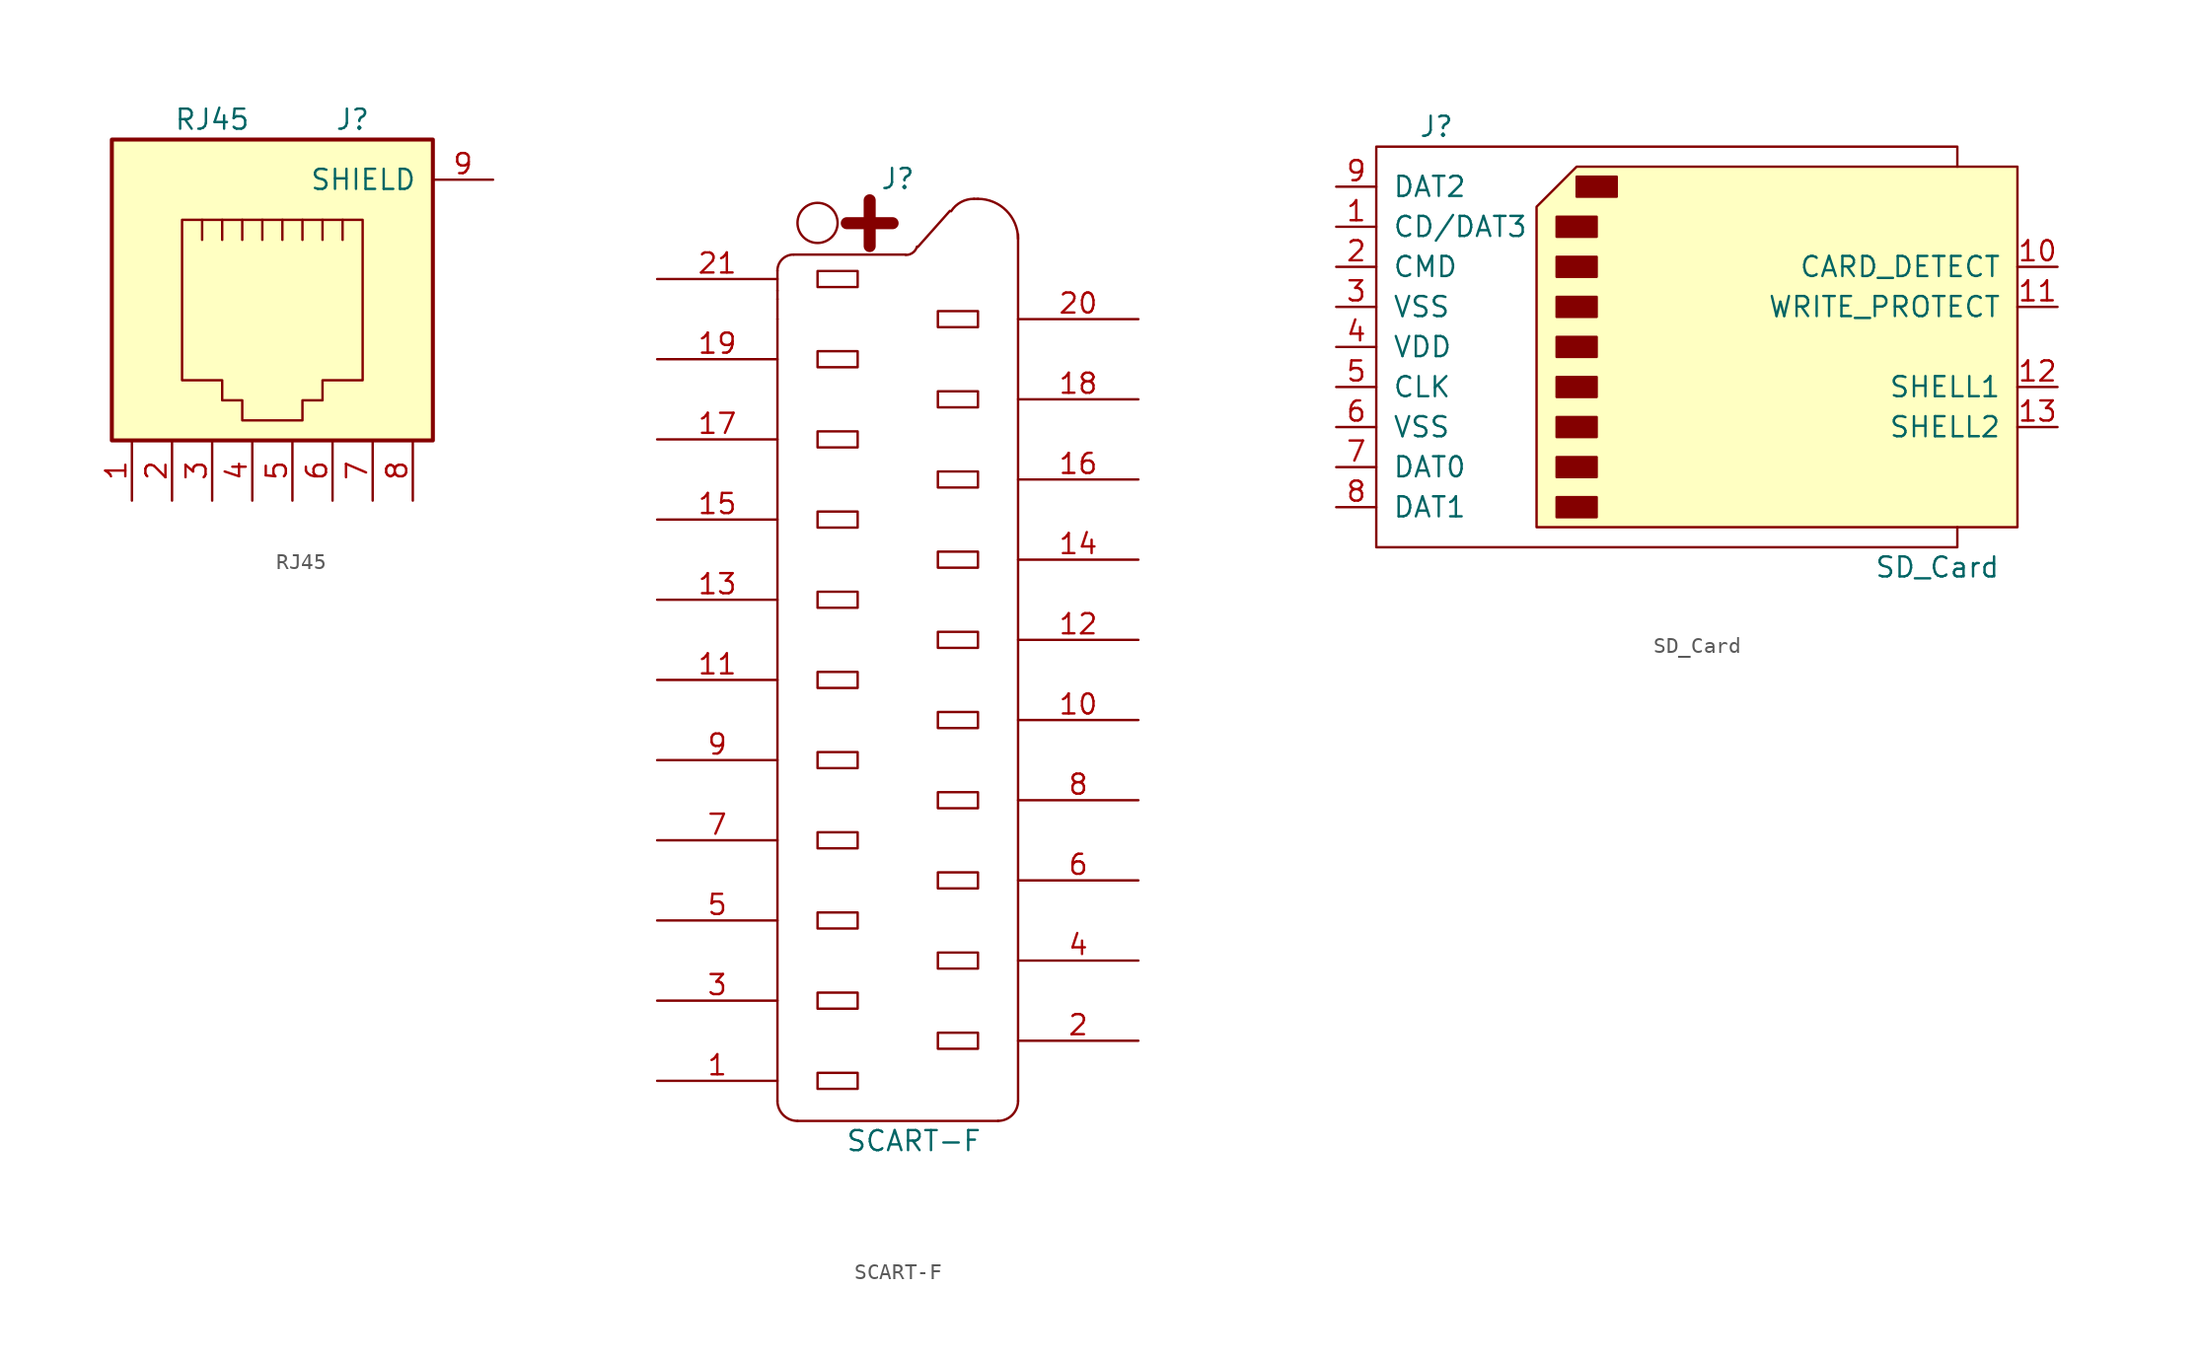
<source format=kicad_sym>
(kicad_symbol_lib
  (version 20211014)
  (generator kicad_symbol_editor)
  (symbol "RJ45"
    (pin_names
      (offset 1.016))
    (property "Reference" "J"
      (at 5.08 12.7 0)
      (effects (font (size 1.27 1.27))))
    (property "Value" "RJ45"
      (at -3.81 12.7 0)
      (effects (font (size 1.27 1.27))))
    (symbol "RJ45_0_1"
      (rectangle (start -10.16 -7.62) (end 10.16 11.43) (stroke (width 0.254) (type default) (color 0 0 0 0)) (fill (type background)))
      (polyline (pts (xy -4.445 5.08) (xy -4.445 6.35) (xy -4.445 6.35)) (stroke (width 0) (type default) (color 0 0 0 0)) (fill (type none)))
      (polyline (pts (xy -3.175 6.35) (xy -3.175 5.08) (xy -3.175 5.08)) (stroke (width 0) (type default) (color 0 0 0 0)) (fill (type none)))
      (polyline (pts (xy -1.905 6.35) (xy -1.905 5.08) (xy -1.905 5.08)) (stroke (width 0) (type default) (color 0 0 0 0)) (fill (type none)))
      (polyline (pts (xy -0.635 6.35) (xy -0.635 5.08) (xy -0.635 5.08)) (stroke (width 0) (type default) (color 0 0 0 0)) (fill (type none)))
      (polyline (pts (xy 0.635 6.35) (xy 0.635 5.08) (xy 0.635 5.08)) (stroke (width 0) (type default) (color 0 0 0 0)) (fill (type none)))
      (polyline (pts (xy 1.905 6.35) (xy 1.905 5.08) (xy 1.905 5.08)) (stroke (width 0) (type default) (color 0 0 0 0)) (fill (type none)))
      (polyline (pts (xy 3.175 5.08) (xy 3.175 6.35) (xy 3.175 6.35)) (stroke (width 0) (type default) (color 0 0 0 0)) (fill (type none)))
      (polyline (pts (xy 4.445 5.08) (xy 4.445 6.35) (xy 4.445 6.35)) (stroke (width 0) (type default) (color 0 0 0 0)) (fill (type none)))
      (polyline (pts (xy -5.715 6.35) (xy 5.715 6.35) (xy 5.715 -3.81) (xy 3.175 -3.81) (xy 3.175 -5.08) (xy 1.905 -5.08) (xy 1.905 -6.35) (xy -1.905 -6.35) (xy -1.905 -5.08) (xy -3.175 -5.08) (xy -3.175 -3.81) (xy -5.715 -3.81) (xy -5.715 6.35) (xy -5.715 6.35)) (stroke (width 0) (type default) (color 0 0 0 0)) (fill (type none))))
    (symbol "RJ45_1_1"
      (pin passive line (at -8.89 -11.43 90) (length 3.81) (name "~" (effects (font (size 1.27 1.27)))) (number "1" (effects (font (size 1.27 1.27)))))
      (pin passive line (at -6.35 -11.43 90) (length 3.81) (name "~" (effects (font (size 1.27 1.27)))) (number "2" (effects (font (size 1.27 1.27)))))
      (pin passive line (at -3.81 -11.43 90) (length 3.81) (name "~" (effects (font (size 1.27 1.27)))) (number "3" (effects (font (size 1.27 1.27)))))
      (pin passive line (at -1.27 -11.43 90) (length 3.81) (name "~" (effects (font (size 1.27 1.27)))) (number "4" (effects (font (size 1.27 1.27)))))
      (pin passive line (at 1.27 -11.43 90) (length 3.81) (name "~" (effects (font (size 1.27 1.27)))) (number "5" (effects (font (size 1.27 1.27)))))
      (pin passive line (at 3.81 -11.43 90) (length 3.81) (name "~" (effects (font (size 1.27 1.27)))) (number "6" (effects (font (size 1.27 1.27)))))
      (pin passive line (at 6.35 -11.43 90) (length 3.81) (name "~" (effects (font (size 1.27 1.27)))) (number "7" (effects (font (size 1.27 1.27)))))
      (pin passive line (at 8.89 -11.43 90) (length 3.81) (name "~" (effects (font (size 1.27 1.27)))) (number "8" (effects (font (size 1.27 1.27)))))
      (pin passive line (at 13.97 8.89 180) (length 3.81) (name "SHIELD" (effects (font (size 1.27 1.27)))) (number "9" (effects (font (size 1.27 1.27)))))))
  (symbol "SCART-F"
    (pin_names
      (offset 0.762) hide)
    (property "Reference" "J"
      (at 0 30.48 0)
      (effects (font (size 1.27 1.27))))
    (property "Value" "SCART-F"
      (at 1.016 -30.48 0)
      (effects (font (size 1.27 1.27))))
    (symbol "SCART-F_0_1"
      (arc (start -7.62 -27.94) (mid -7.248 -28.838) (end -6.35 -29.21) (stroke (width 0) (type default) (color 0 0 0 0)) (fill (type none)))
      (arc (start -6.604 25.6794) (mid -7.3224 25.3818) (end -7.62 24.6634) (stroke (width 0) (type default) (color 0 0 0 0)) (fill (type none)))
      (rectangle (start -5.08 -26.162) (end -2.54 -27.178) (stroke (width 0) (type default) (color 0 0 0 0)) (fill (type none)))
      (rectangle (start -5.08 -21.082) (end -2.54 -22.098) (stroke (width 0) (type default) (color 0 0 0 0)) (fill (type none)))
      (rectangle (start -5.08 -16.002) (end -2.54 -17.018) (stroke (width 0) (type default) (color 0 0 0 0)) (fill (type none)))
      (rectangle (start -5.08 -10.922) (end -2.54 -11.938) (stroke (width 0) (type default) (color 0 0 0 0)) (fill (type none)))
      (rectangle (start -5.08 -5.842) (end -2.54 -6.858) (stroke (width 0) (type default) (color 0 0 0 0)) (fill (type none)))
      (rectangle (start -5.08 -0.762) (end -2.54 -1.778) (stroke (width 0) (type default) (color 0 0 0 0)) (fill (type none)))
      (rectangle (start -5.08 4.318) (end -2.54 3.302) (stroke (width 0) (type default) (color 0 0 0 0)) (fill (type none)))
      (rectangle (start -5.08 9.398) (end -2.54 8.382) (stroke (width 0) (type default) (color 0 0 0 0)) (fill (type none)))
      (rectangle (start -5.08 14.478) (end -2.54 13.462) (stroke (width 0) (type default) (color 0 0 0 0)) (fill (type none)))
      (rectangle (start -5.08 19.558) (end -2.54 18.542) (stroke (width 0) (type default) (color 0 0 0 0)) (fill (type none)))
      (rectangle (start -5.08 24.638) (end -2.54 23.622) (stroke (width 0) (type default) (color 0 0 0 0)) (fill (type none)))
      (circle (center -5.08 27.686) (radius 1.27) (stroke (width 0) (type default) (color 0 0 0 0)) (fill (type none)))
      (polyline (pts (xy -7.62 21.59) (xy -7.62 -27.94)) (stroke (width 0) (type default) (color 0 0 0 0)) (fill (type none)))
      (polyline (pts (xy -7.62 21.59) (xy -7.62 22.86)) (stroke (width 0) (type default) (color 0 0 0 0)) (fill (type none)))
      (polyline (pts (xy -7.62 23.393) (xy -7.62 22.86)) (stroke (width 0) (type default) (color 0 0 0 0)) (fill (type none)))
      (polyline (pts (xy -7.62 23.393) (xy -7.62 24.663)) (stroke (width 0) (type default) (color 0 0 0 0)) (fill (type none)))
      (polyline (pts (xy -6.604 25.679) (xy 0.508 25.679)) (stroke (width 0) (type default) (color 0 0 0 0)) (fill (type none)))
      (polyline (pts (xy -6.35 -29.21) (xy 6.35 -29.21)) (stroke (width 0) (type default) (color 0 0 0 0)) (fill (type none)))
      (polyline (pts (xy 3.302 28.448) (xy 1.27 26.162)) (stroke (width 0) (type default) (color 0 0 0 0)) (fill (type none)))
      (polyline (pts (xy 4.826 29.21) (xy 5.08 29.21)) (stroke (width 0) (type default) (color 0 0 0 0)) (fill (type none)))
      (polyline (pts (xy 7.62 -27.94) (xy 7.62 26.949)) (stroke (width 0) (type default) (color 0 0 0 0)) (fill (type none)))
      (arc (start 0.508 25.654) (mid 0.9569 25.8002) (end 1.2192 26.1874) (stroke (width 0) (type default) (color 0 0 0 0)) (fill (type none)))
      (rectangle (start 2.54 -23.622) (end 5.08 -24.638) (stroke (width 0) (type default) (color 0 0 0 0)) (fill (type none)))
      (rectangle (start 2.54 -18.542) (end 5.08 -19.558) (stroke (width 0) (type default) (color 0 0 0 0)) (fill (type none)))
      (rectangle (start 2.54 -13.462) (end 5.08 -14.478) (stroke (width 0) (type default) (color 0 0 0 0)) (fill (type none)))
      (rectangle (start 2.54 -8.382) (end 5.08 -9.398) (stroke (width 0) (type default) (color 0 0 0 0)) (fill (type none)))
      (rectangle (start 2.54 -3.302) (end 5.08 -4.318) (stroke (width 0) (type default) (color 0 0 0 0)) (fill (type none)))
      (rectangle (start 2.54 1.778) (end 5.08 0.762) (stroke (width 0) (type default) (color 0 0 0 0)) (fill (type none)))
      (rectangle (start 2.54 6.858) (end 5.08 5.842) (stroke (width 0) (type default) (color 0 0 0 0)) (fill (type none)))
      (rectangle (start 2.54 11.938) (end 5.08 10.922) (stroke (width 0) (type default) (color 0 0 0 0)) (fill (type none)))
      (rectangle (start 2.54 17.018) (end 5.08 16.002) (stroke (width 0) (type default) (color 0 0 0 0)) (fill (type none)))
      (rectangle (start 2.54 22.098) (end 5.08 21.082) (stroke (width 0) (type default) (color 0 0 0 0)) (fill (type none)))
      (arc (start 4.826 29.21) (mid 3.999 29.0026) (end 3.3782 28.4226) (stroke (width 0) (type default) (color 0 0 0 0)) (fill (type none)))
      (arc (start 6.35 -29.21) (mid 7.248 -28.838) (end 7.62 -27.94) (stroke (width 0) (type default) (color 0 0 0 0)) (fill (type none)))
      (arc (start 7.62 26.67) (mid 6.8761 28.4661) (end 5.08 29.21) (stroke (width 0) (type default) (color 0 0 0 0)) (fill (type none)))
      (text "+" (at -1.778 27.94 0) (effects (font (size 3.81 3.81) bold))))
    (symbol "SCART-F_1_1"
      (pin passive line (at -15.24 -26.67 0) (length 7.62) (name "P1" (effects (font (size 1.27 1.27)))) (number "1" (effects (font (size 1.27 1.27)))))
      (pin passive line (at 15.24 -3.81 180) (length 7.62) (name "P10" (effects (font (size 1.27 1.27)))) (number "10" (effects (font (size 1.27 1.27)))))
      (pin passive line (at -15.24 -1.27 0) (length 7.62) (name "P11" (effects (font (size 1.27 1.27)))) (number "11" (effects (font (size 1.27 1.27)))))
      (pin passive line (at 15.24 1.27 180) (length 7.62) (name "P12" (effects (font (size 1.27 1.27)))) (number "12" (effects (font (size 1.27 1.27)))))
      (pin passive line (at -15.24 3.81 0) (length 7.62) (name "P13" (effects (font (size 1.27 1.27)))) (number "13" (effects (font (size 1.27 1.27)))))
      (pin passive line (at 15.24 6.35 180) (length 7.62) (name "P14" (effects (font (size 1.27 1.27)))) (number "14" (effects (font (size 1.27 1.27)))))
      (pin passive line (at -15.24 8.89 0) (length 7.62) (name "P15" (effects (font (size 1.27 1.27)))) (number "15" (effects (font (size 1.27 1.27)))))
      (pin passive line (at 15.24 11.43 180) (length 7.62) (name "P16" (effects (font (size 1.27 1.27)))) (number "16" (effects (font (size 1.27 1.27)))))
      (pin passive line (at -15.24 13.97 0) (length 7.62) (name "P17" (effects (font (size 1.27 1.27)))) (number "17" (effects (font (size 1.27 1.27)))))
      (pin passive line (at 15.24 16.51 180) (length 7.62) (name "P18" (effects (font (size 1.27 1.27)))) (number "18" (effects (font (size 1.27 1.27)))))
      (pin passive line (at -15.24 19.05 0) (length 7.62) (name "P19" (effects (font (size 1.27 1.27)))) (number "19" (effects (font (size 1.27 1.27)))))
      (pin passive line (at 15.24 -24.13 180) (length 7.62) (name "P2" (effects (font (size 1.27 1.27)))) (number "2" (effects (font (size 1.27 1.27)))))
      (pin passive line (at 15.24 21.59 180) (length 7.62) (name "P20" (effects (font (size 1.27 1.27)))) (number "20" (effects (font (size 1.27 1.27)))))
      (pin passive line (at -15.24 24.13 0) (length 7.62) (name "P21" (effects (font (size 1.27 1.27)))) (number "21" (effects (font (size 1.27 1.27)))))
      (pin passive line (at -15.24 -21.59 0) (length 7.62) (name "P3" (effects (font (size 1.27 1.27)))) (number "3" (effects (font (size 1.27 1.27)))))
      (pin passive line (at 15.24 -19.05 180) (length 7.62) (name "P4" (effects (font (size 1.27 1.27)))) (number "4" (effects (font (size 1.27 1.27)))))
      (pin passive line (at -15.24 -16.51 0) (length 7.62) (name "P5" (effects (font (size 1.27 1.27)))) (number "5" (effects (font (size 1.27 1.27)))))
      (pin passive line (at 15.24 -13.97 180) (length 7.62) (name "P6" (effects (font (size 1.27 1.27)))) (number "6" (effects (font (size 1.27 1.27)))))
      (pin passive line (at -15.24 -11.43 0) (length 7.62) (name "P7" (effects (font (size 1.27 1.27)))) (number "7" (effects (font (size 1.27 1.27)))))
      (pin passive line (at 15.24 -8.89 180) (length 7.62) (name "P8" (effects (font (size 1.27 1.27)))) (number "8" (effects (font (size 1.27 1.27)))))
      (pin passive line (at -15.24 -6.35 0) (length 7.62) (name "P9" (effects (font (size 1.27 1.27)))) (number "9" (effects (font (size 1.27 1.27)))))))
  (symbol "SD_Card"
    (pin_names
      (offset 1.016))
    (property "Reference" "J"
      (at -16.51 13.97 0)
      (effects (font (size 1.27 1.27))))
    (property "Value" "SD_Card"
      (at 15.24 -13.97 0)
      (effects (font (size 1.27 1.27))))
    (symbol "SD_Card_0_1"
      (rectangle (start -8.89 -9.525) (end -6.35 -10.795) (stroke (width 0) (type default) (color 0 0 0 0)) (fill (type outline)))
      (rectangle (start -8.89 -6.985) (end -6.35 -8.255) (stroke (width 0) (type default) (color 0 0 0 0)) (fill (type outline)))
      (rectangle (start -8.89 -4.445) (end -6.35 -5.715) (stroke (width 0) (type default) (color 0 0 0 0)) (fill (type outline)))
      (rectangle (start -8.89 -1.905) (end -6.35 -3.175) (stroke (width 0) (type default) (color 0 0 0 0)) (fill (type outline)))
      (rectangle (start -8.89 0.635) (end -6.35 -0.635) (stroke (width 0) (type default) (color 0 0 0 0)) (fill (type outline)))
      (rectangle (start -8.89 3.175) (end -6.35 1.905) (stroke (width 0) (type default) (color 0 0 0 0)) (fill (type outline)))
      (rectangle (start -8.89 5.715) (end -6.35 4.445) (stroke (width 0) (type default) (color 0 0 0 0)) (fill (type outline)))
      (rectangle (start -8.89 8.255) (end -6.35 6.985) (stroke (width 0) (type default) (color 0 0 0 0)) (fill (type outline)))
      (rectangle (start -7.62 10.795) (end -5.08 9.525) (stroke (width 0) (type default) (color 0 0 0 0)) (fill (type outline)))
      (polyline (pts (xy -10.16 8.89) (xy -7.62 11.43) (xy 20.32 11.43) (xy 20.32 -11.43) (xy -10.16 -11.43) (xy -10.16 8.89)) (stroke (width 0) (type default) (color 0 0 0 0)) (fill (type background)))
      (polyline (pts (xy 16.51 11.43) (xy 16.51 12.7) (xy -20.32 12.7) (xy -20.32 -12.7) (xy 16.51 -12.7) (xy 16.51 -11.43)) (stroke (width 0) (type default) (color 0 0 0 0)) (fill (type none))))
    (symbol "SD_Card_1_1"
      (pin input line (at -22.86 7.62 0) (length 2.54) (name "CD/DAT3" (effects (font (size 1.27 1.27)))) (number "1" (effects (font (size 1.27 1.27)))))
      (pin input line (at 22.86 5.08 180) (length 2.54) (name "CARD_DETECT" (effects (font (size 1.27 1.27)))) (number "10" (effects (font (size 1.27 1.27)))))
      (pin input line (at 22.86 2.54 180) (length 2.54) (name "WRITE_PROTECT" (effects (font (size 1.27 1.27)))) (number "11" (effects (font (size 1.27 1.27)))))
      (pin input line (at 22.86 -2.54 180) (length 2.54) (name "SHELL1" (effects (font (size 1.27 1.27)))) (number "12" (effects (font (size 1.27 1.27)))))
      (pin input line (at 22.86 -5.08 180) (length 2.54) (name "SHELL2" (effects (font (size 1.27 1.27)))) (number "13" (effects (font (size 1.27 1.27)))))
      (pin input line (at -22.86 5.08 0) (length 2.54) (name "CMD" (effects (font (size 1.27 1.27)))) (number "2" (effects (font (size 1.27 1.27)))))
      (pin input line (at -22.86 2.54 0) (length 2.54) (name "VSS" (effects (font (size 1.27 1.27)))) (number "3" (effects (font (size 1.27 1.27)))))
      (pin input line (at -22.86 0 0) (length 2.54) (name "VDD" (effects (font (size 1.27 1.27)))) (number "4" (effects (font (size 1.27 1.27)))))
      (pin input line (at -22.86 -2.54 0) (length 2.54) (name "CLK" (effects (font (size 1.27 1.27)))) (number "5" (effects (font (size 1.27 1.27)))))
      (pin input line (at -22.86 -5.08 0) (length 2.54) (name "VSS" (effects (font (size 1.27 1.27)))) (number "6" (effects (font (size 1.27 1.27)))))
      (pin input line (at -22.86 -7.62 0) (length 2.54) (name "DAT0" (effects (font (size 1.27 1.27)))) (number "7" (effects (font (size 1.27 1.27)))))
      (pin input line (at -22.86 -10.16 0) (length 2.54) (name "DAT1" (effects (font (size 1.27 1.27)))) (number "8" (effects (font (size 1.27 1.27)))))
      (pin input line (at -22.86 10.16 0) (length 2.54) (name "DAT2" (effects (font (size 1.27 1.27)))) (number "9" (effects (font (size 1.27 1.27))))))))
</source>
